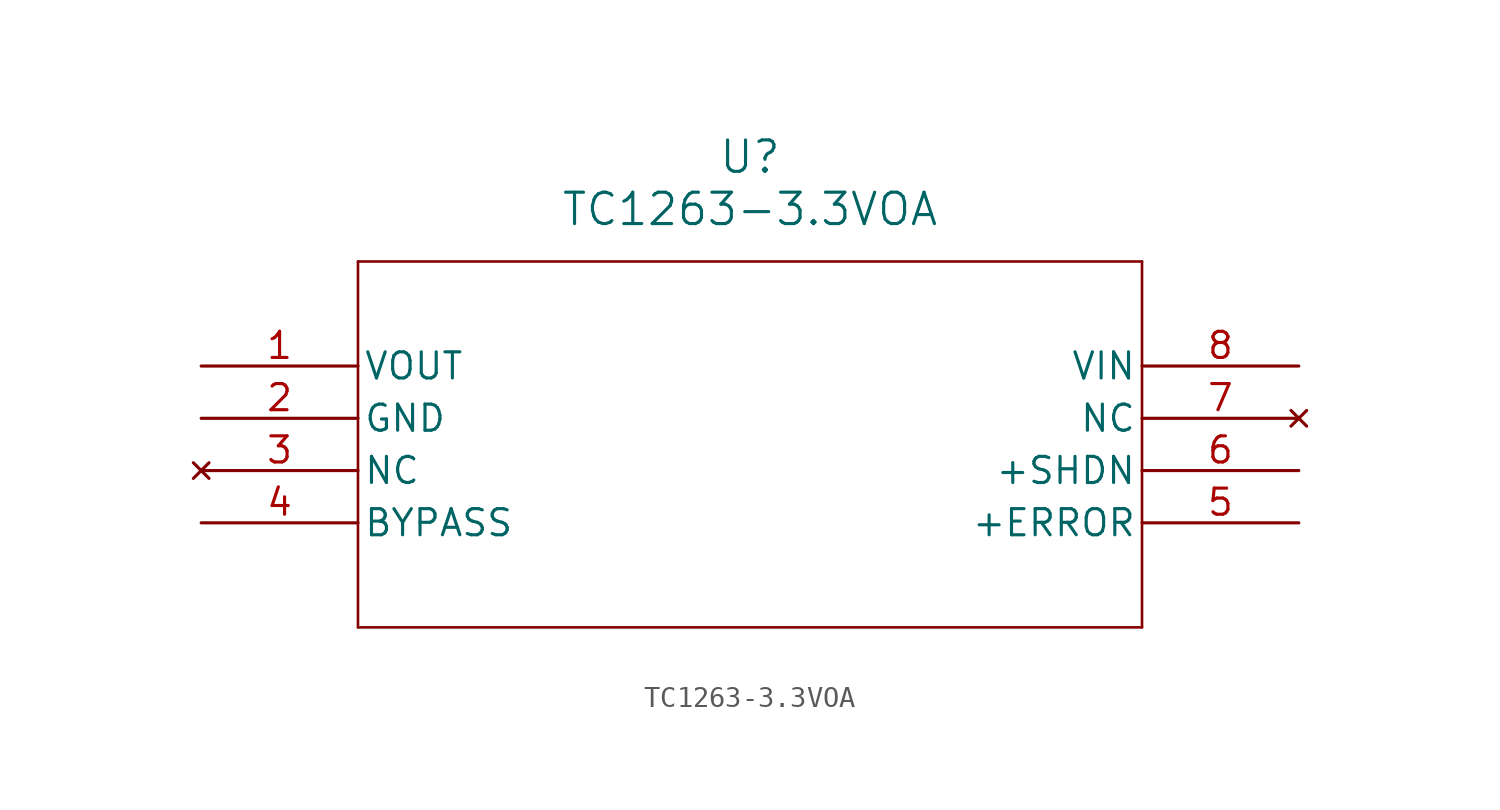
<source format=kicad_sym>
(kicad_symbol_lib
  (version 20241209)
  (generator "kicad_symbol_editor")
  (generator_version "9.0")
  (symbol "TC1263-3.3VOA"
    (pin_names
      (offset 0.254))
    (property "Reference" "U"
      (at 26.67 10.16 0)
      (effects (font (size 1.524 1.524))))
    (property "Value" "TC1263-3.3VOA"
      (at 26.67 7.62 0)
      (effects (font (size 1.524 1.524))))
    (property "ki_locked" ""
      (at 0 0 0)
      (effects (font (size 1.27 1.27))))
    (symbol "TC1263-3.3VOA_0_1"
      (polyline (pts (xy 7.62 5.08) (xy 7.62 -12.7)) (stroke (width 0.127) (type default)) (fill (type none)))
      (polyline (pts (xy 7.62 -12.7) (xy 45.72 -12.7)) (stroke (width 0.127) (type default)) (fill (type none)))
      (polyline (pts (xy 45.72 5.08) (xy 7.62 5.08)) (stroke (width 0.127) (type default)) (fill (type none)))
      (polyline (pts (xy 45.72 -12.7) (xy 45.72 5.08)) (stroke (width 0.127) (type default)) (fill (type none))))
    (symbol "TC1263-3.3VOA_1_1"
      (pin output line (at 0 0 0) (length 7.62) (name "VOUT" (effects (font (size 1.27 1.27)))) (number "1" (effects (font (size 1.27 1.27)))))
      (pin input line (at 0 -2.54 0) (length 7.62) (name "GND" (effects (font (size 1.27 1.27)))) (number "2" (effects (font (size 1.27 1.27)))))
      (pin no_connect line (at 0 -5.08 0) (length 7.62) (name "NC" (effects (font (size 1.27 1.27)))) (number "3" (effects (font (size 1.27 1.27)))))
      (pin input line (at 0 -7.62 0) (length 7.62) (name "BYPASS" (effects (font (size 1.27 1.27)))) (number "4" (effects (font (size 1.27 1.27)))))
      (pin input line (at 53.34 0 180) (length 7.62) (name "VIN" (effects (font (size 1.27 1.27)))) (number "8" (effects (font (size 1.27 1.27)))))
      (pin no_connect line (at 53.34 -2.54 180) (length 7.62) (name "NC" (effects (font (size 1.27 1.27)))) (number "7" (effects (font (size 1.27 1.27)))))
      (pin output line (at 53.34 -5.08 180) (length 7.62) (name "+SHDN" (effects (font (size 1.27 1.27)))) (number "6" (effects (font (size 1.27 1.27)))))
      (pin output line (at 53.34 -7.62 180) (length 7.62) (name "+ERROR" (effects (font (size 1.27 1.27)))) (number "5" (effects (font (size 1.27 1.27))))))))
</source>
